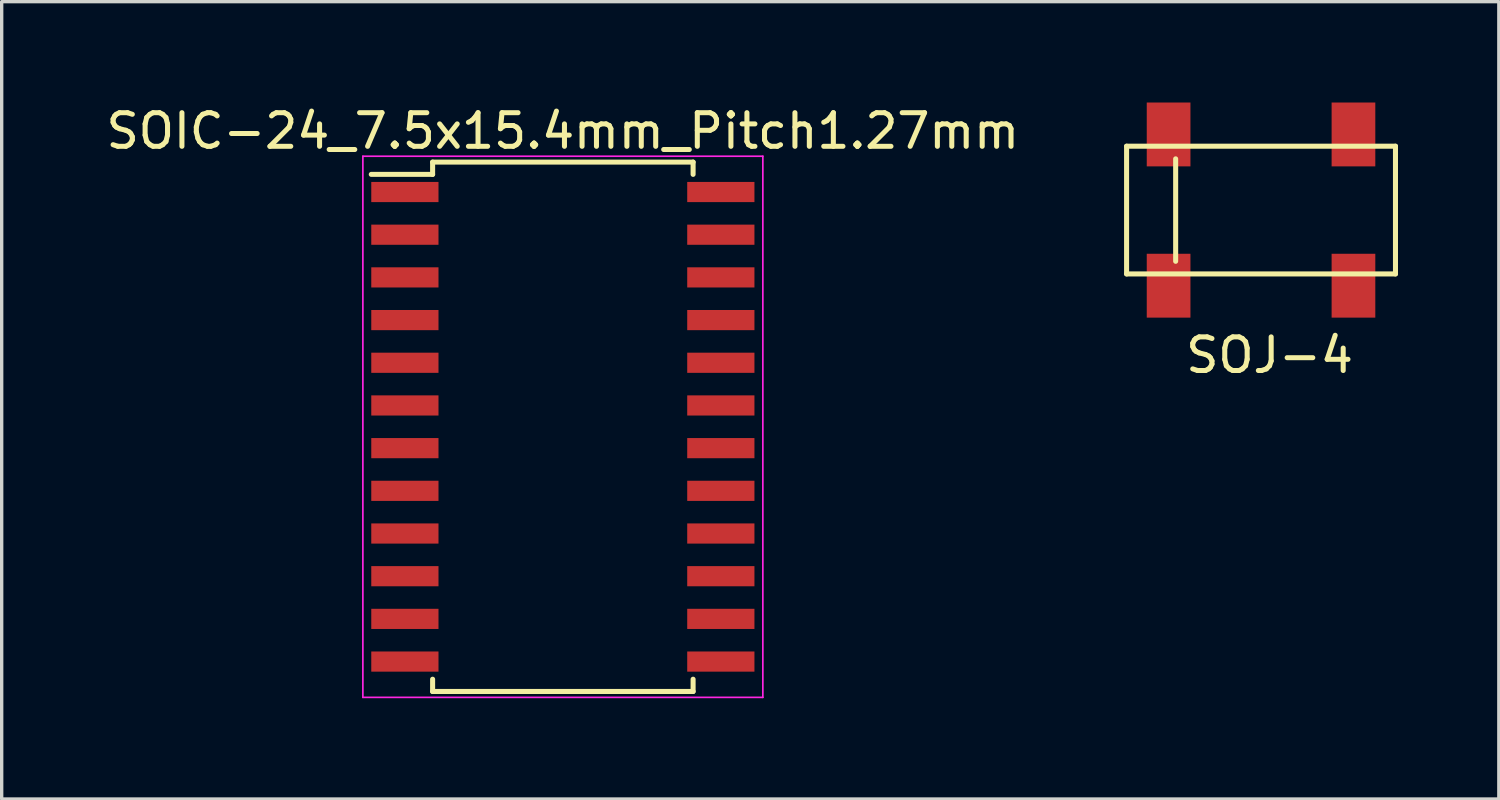
<source format=kicad_pcb>
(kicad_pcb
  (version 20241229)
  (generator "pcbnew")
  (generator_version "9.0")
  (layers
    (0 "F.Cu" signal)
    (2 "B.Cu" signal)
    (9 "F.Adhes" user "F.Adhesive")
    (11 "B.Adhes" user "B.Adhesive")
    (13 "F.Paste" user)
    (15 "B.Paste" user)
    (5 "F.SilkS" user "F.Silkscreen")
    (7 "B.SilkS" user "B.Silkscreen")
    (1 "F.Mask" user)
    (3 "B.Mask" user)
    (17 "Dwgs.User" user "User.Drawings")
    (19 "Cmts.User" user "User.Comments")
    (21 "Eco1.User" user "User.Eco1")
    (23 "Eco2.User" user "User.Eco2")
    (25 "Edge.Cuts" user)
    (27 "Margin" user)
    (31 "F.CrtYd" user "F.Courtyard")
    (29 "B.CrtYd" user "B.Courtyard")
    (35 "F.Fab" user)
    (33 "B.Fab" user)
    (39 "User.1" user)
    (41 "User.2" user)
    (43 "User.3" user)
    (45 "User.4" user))
  (footprint "SOIC-24_7.5x15.4mm_Pitch1.27mm"
    (layer "F.Cu")
    (at 13.696 9.648)
    (property "Reference" "SOIC-24_7.5x15.4mm_Pitch1.27mm" (at 0 -8.8 0) (layer "F.SilkS") (effects (font (size 1 1) (thickness 0.15))))
    (attr smd)
    (fp_line (start -3.875 -7.875) (end -3.875 -7.51) (stroke (width 0.15) (type solid)) (layer "F.SilkS"))
    (fp_line (start -3.875 -7.875) (end 3.875 -7.875) (stroke (width 0.15) (type solid)) (layer "F.SilkS"))
    (fp_line (start -3.875 -7.51) (end -5.7 -7.51) (stroke (width 0.15) (type solid)) (layer "F.SilkS"))
    (fp_line (start -3.875 7.875) (end -3.875 7.51) (stroke (width 0.15) (type solid)) (layer "F.SilkS"))
    (fp_line (start -3.875 7.875) (end 3.875 7.875) (stroke (width 0.15) (type solid)) (layer "F.SilkS"))
    (fp_line (start 3.875 -7.875) (end 3.875 -7.51) (stroke (width 0.15) (type solid)) (layer "F.SilkS"))
    (fp_line (start 3.875 7.875) (end 3.875 7.51) (stroke (width 0.15) (type solid)) (layer "F.SilkS"))
    (fp_line (start -5.95 -8.05) (end -5.95 8.05) (stroke (width 0.05) (type solid)) (layer "F.CrtYd"))
    (fp_line (start -5.95 -8.05) (end 5.95 -8.05) (stroke (width 0.05) (type solid)) (layer "F.CrtYd"))
    (fp_line (start -5.95 8.05) (end 5.95 8.05) (stroke (width 0.05) (type solid)) (layer "F.CrtYd"))
    (fp_line (start 5.95 -8.05) (end 5.95 8.05) (stroke (width 0.05) (type solid)) (layer "F.CrtYd"))
    (pad "1" smd rect (at -4.7 -6.985) (size 2 0.6) (layers "F.Cu" "F.Mask" "F.Paste"))
    (pad "2" smd rect (at -4.7 -5.715) (size 2 0.6) (layers "F.Cu" "F.Mask" "F.Paste"))
    (pad "3" smd rect (at -4.7 -4.445) (size 2 0.6) (layers "F.Cu" "F.Mask" "F.Paste"))
    (pad "4" smd rect (at -4.7 -3.175) (size 2 0.6) (layers "F.Cu" "F.Mask" "F.Paste"))
    (pad "5" smd rect (at -4.7 -1.905) (size 2 0.6) (layers "F.Cu" "F.Mask" "F.Paste"))
    (pad "6" smd rect (at -4.7 -0.635) (size 2 0.6) (layers "F.Cu" "F.Mask" "F.Paste"))
    (pad "7" smd rect (at -4.7 0.635) (size 2 0.6) (layers "F.Cu" "F.Mask" "F.Paste"))
    (pad "8" smd rect (at -4.7 1.905) (size 2 0.6) (layers "F.Cu" "F.Mask" "F.Paste"))
    (pad "9" smd rect (at -4.7 3.175) (size 2 0.6) (layers "F.Cu" "F.Mask" "F.Paste"))
    (pad "10" smd rect (at -4.7 4.445) (size 2 0.6) (layers "F.Cu" "F.Mask" "F.Paste"))
    (pad "11" smd rect (at -4.7 5.715) (size 2 0.6) (layers "F.Cu" "F.Mask" "F.Paste"))
    (pad "12" smd rect (at -4.7 6.985) (size 2 0.6) (layers "F.Cu" "F.Mask" "F.Paste"))
    (pad "13" smd rect (at 4.7 6.985) (size 2 0.6) (layers "F.Cu" "F.Mask" "F.Paste"))
    (pad "14" smd rect (at 4.7 5.715) (size 2 0.6) (layers "F.Cu" "F.Mask" "F.Paste"))
    (pad "15" smd rect (at 4.7 4.445) (size 2 0.6) (layers "F.Cu" "F.Mask" "F.Paste"))
    (pad "16" smd rect (at 4.7 3.175) (size 2 0.6) (layers "F.Cu" "F.Mask" "F.Paste"))
    (pad "17" smd rect (at 4.7 1.905) (size 2 0.6) (layers "F.Cu" "F.Mask" "F.Paste"))
    (pad "18" smd rect (at 4.7 0.635) (size 2 0.6) (layers "F.Cu" "F.Mask" "F.Paste"))
    (pad "19" smd rect (at 4.7 -0.635) (size 2 0.6) (layers "F.Cu" "F.Mask" "F.Paste"))
    (pad "20" smd rect (at 4.7 -1.905) (size 2 0.6) (layers "F.Cu" "F.Mask" "F.Paste"))
    (pad "21" smd rect (at 4.7 -3.175) (size 2 0.6) (layers "F.Cu" "F.Mask" "F.Paste"))
    (pad "22" smd rect (at 4.7 -4.445) (size 2 0.6) (layers "F.Cu" "F.Mask" "F.Paste"))
    (pad "23" smd rect (at 4.7 -5.715) (size 2 0.6) (layers "F.Cu" "F.Mask" "F.Paste"))
    (pad "24" smd rect (at 4.7 -6.985) (size 2 0.6) (layers "F.Cu" "F.Mask" "F.Paste")))
  (footprint "SOJ-4"
    (layer "F.Cu")
    (at 34.468 3.2)
    (property "Reference" "SOJ-4" (at 0.254 4.318 0) (layer "F.SilkS") (effects (font (size 1 1) (thickness 0.15))))
    (attr through_hole)
    (fp_line (start -4 -1.9) (end 4 -1.9) (stroke (width 0.15) (type solid)) (layer "F.SilkS"))
    (fp_line (start -4 1.9) (end -4 -1.9) (stroke (width 0.15) (type solid)) (layer "F.SilkS"))
    (fp_line (start -2.54 -1.524) (end -2.54 1.524) (stroke (width 0.15) (type solid)) (layer "F.SilkS"))
    (fp_line (start 4 -1.9) (end 4 1.9) (stroke (width 0.15) (type solid)) (layer "F.SilkS"))
    (fp_line (start 4 1.9) (end -4 1.9) (stroke (width 0.15) (type solid)) (layer "F.SilkS"))
    (pad "1" smd rect (at -2.75 2.25) (size 1.3 1.9) (layers "F.Cu" "F.Mask" "F.Paste"))
    (pad "2" smd rect (at -2.75 -2.25) (size 1.3 1.9) (layers "F.Cu" "F.Mask" "F.Paste"))
    (pad "3" smd rect (at 2.75 2.25) (size 1.3 1.9) (layers "F.Cu" "F.Mask" "F.Paste"))
    (pad "4" smd rect (at 2.75 -2.25) (size 1.3 1.9) (layers "F.Cu" "F.Mask" "F.Paste")))
  (gr_rect
    (start -3 -3)
    (end 41.543 20.723)
    (stroke (width 0.1) (type default))
    (fill no)
    (layer "Edge.Cuts")))
</source>
